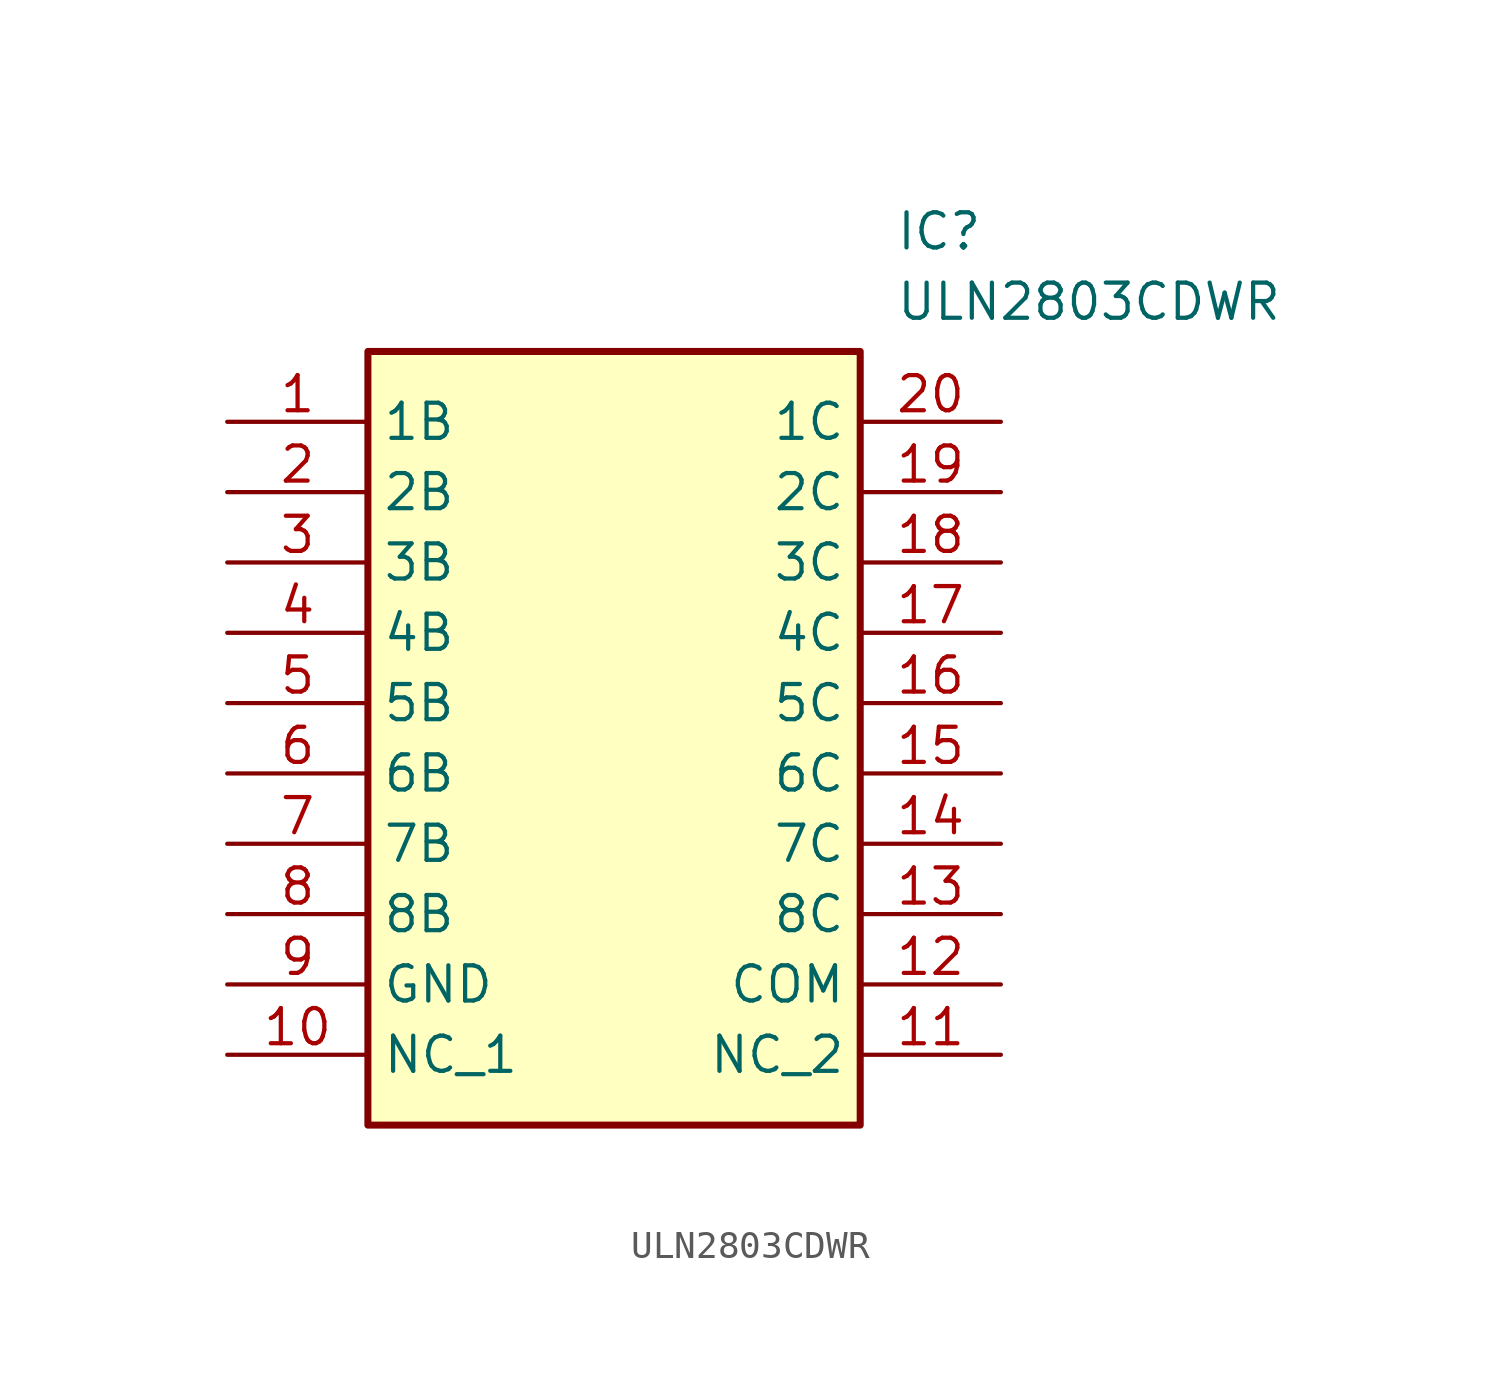
<source format=kicad_sym>
(kicad_symbol_lib
  (version 20241209)
  (generator "kicad_symbol_editor")
  (generator_version "9.0")
  (symbol "ULN2803CDWR"
    (property "Reference" "IC"
      (at 24.13 7.62 0)
      (effects (font (size 1.27 1.27)) (justify left top)))
    (property "Value" "ULN2803CDWR"
      (at 24.13 5.08 0)
      (effects (font (size 1.27 1.27)) (justify left top)))
    (symbol "ULN2803CDWR_1_1"
      (rectangle (start 5.08 2.54) (end 22.86 -25.4) (stroke (width 0.254) (type default)) (fill (type background)))
      (pin passive line (at 0 0 0) (length 5.08) (name "1B" (effects (font (size 1.27 1.27)))) (number "1" (effects (font (size 1.27 1.27)))))
      (pin passive line (at 0 -2.54 0) (length 5.08) (name "2B" (effects (font (size 1.27 1.27)))) (number "2" (effects (font (size 1.27 1.27)))))
      (pin passive line (at 0 -5.08 0) (length 5.08) (name "3B" (effects (font (size 1.27 1.27)))) (number "3" (effects (font (size 1.27 1.27)))))
      (pin passive line (at 0 -7.62 0) (length 5.08) (name "4B" (effects (font (size 1.27 1.27)))) (number "4" (effects (font (size 1.27 1.27)))))
      (pin passive line (at 0 -10.16 0) (length 5.08) (name "5B" (effects (font (size 1.27 1.27)))) (number "5" (effects (font (size 1.27 1.27)))))
      (pin passive line (at 0 -12.7 0) (length 5.08) (name "6B" (effects (font (size 1.27 1.27)))) (number "6" (effects (font (size 1.27 1.27)))))
      (pin passive line (at 0 -15.24 0) (length 5.08) (name "7B" (effects (font (size 1.27 1.27)))) (number "7" (effects (font (size 1.27 1.27)))))
      (pin passive line (at 0 -17.78 0) (length 5.08) (name "8B" (effects (font (size 1.27 1.27)))) (number "8" (effects (font (size 1.27 1.27)))))
      (pin passive line (at 0 -20.32 0) (length 5.08) (name "GND" (effects (font (size 1.27 1.27)))) (number "9" (effects (font (size 1.27 1.27)))))
      (pin passive line (at 0 -22.86 0) (length 5.08) (name "NC_1" (effects (font (size 1.27 1.27)))) (number "10" (effects (font (size 1.27 1.27)))))
      (pin passive line (at 27.94 0 180) (length 5.08) (name "1C" (effects (font (size 1.27 1.27)))) (number "20" (effects (font (size 1.27 1.27)))))
      (pin passive line (at 27.94 -2.54 180) (length 5.08) (name "2C" (effects (font (size 1.27 1.27)))) (number "19" (effects (font (size 1.27 1.27)))))
      (pin passive line (at 27.94 -5.08 180) (length 5.08) (name "3C" (effects (font (size 1.27 1.27)))) (number "18" (effects (font (size 1.27 1.27)))))
      (pin passive line (at 27.94 -7.62 180) (length 5.08) (name "4C" (effects (font (size 1.27 1.27)))) (number "17" (effects (font (size 1.27 1.27)))))
      (pin passive line (at 27.94 -10.16 180) (length 5.08) (name "5C" (effects (font (size 1.27 1.27)))) (number "16" (effects (font (size 1.27 1.27)))))
      (pin passive line (at 27.94 -12.7 180) (length 5.08) (name "6C" (effects (font (size 1.27 1.27)))) (number "15" (effects (font (size 1.27 1.27)))))
      (pin passive line (at 27.94 -15.24 180) (length 5.08) (name "7C" (effects (font (size 1.27 1.27)))) (number "14" (effects (font (size 1.27 1.27)))))
      (pin passive line (at 27.94 -17.78 180) (length 5.08) (name "8C" (effects (font (size 1.27 1.27)))) (number "13" (effects (font (size 1.27 1.27)))))
      (pin passive line (at 27.94 -20.32 180) (length 5.08) (name "COM" (effects (font (size 1.27 1.27)))) (number "12" (effects (font (size 1.27 1.27)))))
      (pin passive line (at 27.94 -22.86 180) (length 5.08) (name "NC_2" (effects (font (size 1.27 1.27)))) (number "11" (effects (font (size 1.27 1.27))))))))
</source>
